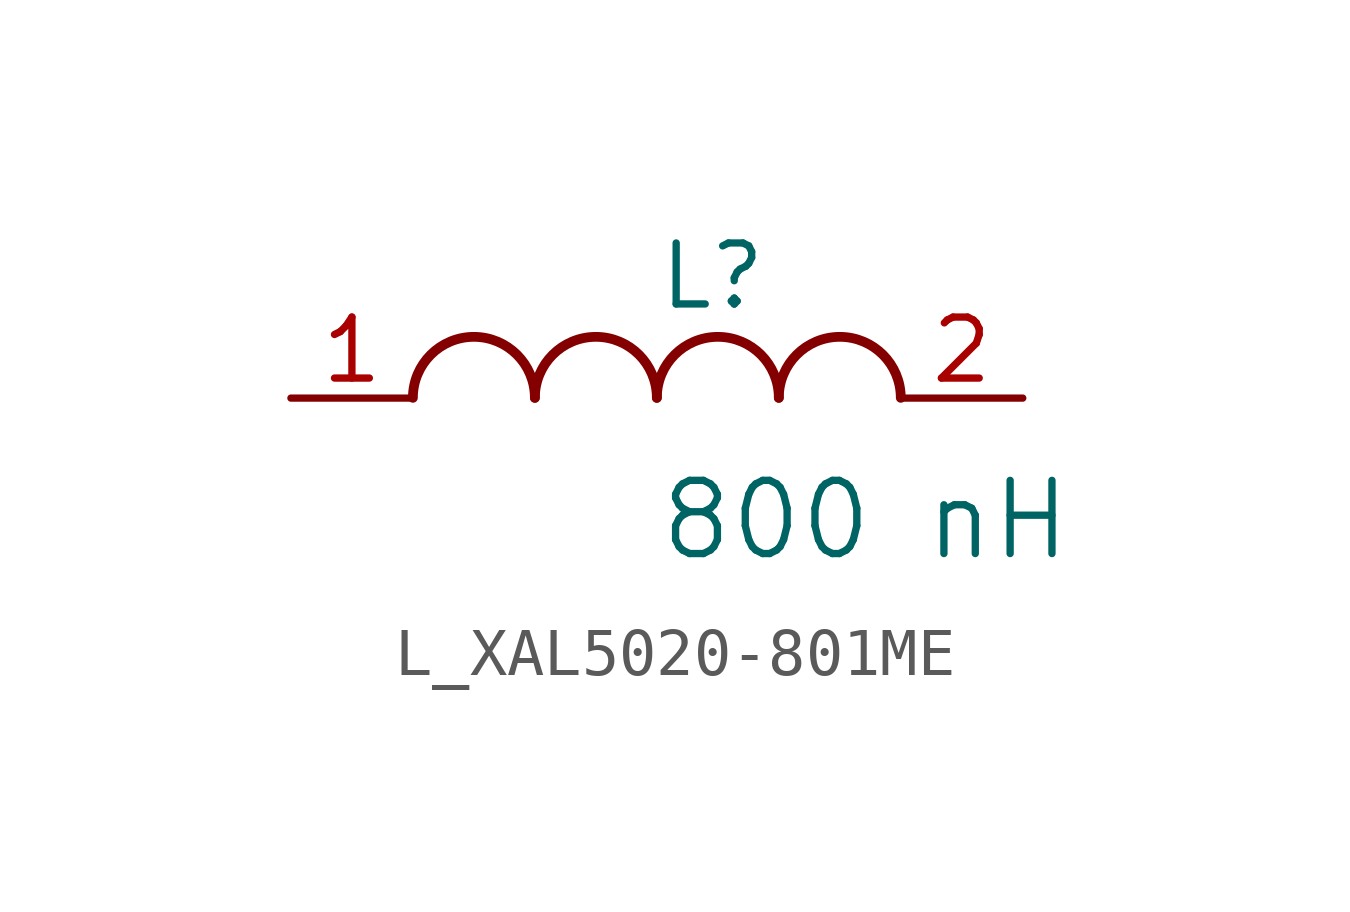
<source format=kicad_sym>
(kicad_symbol_lib
  (version 20231120)
  (generator "kicad_symbol_editor")
  (generator_version "8.0")
  (symbol "L_XAL5020-801ME"
    (pin_names
      (offset 0.254))
    (property "Reference" "L"
      (at 0 2.54 0)
      (effects (font (size 1.27 1.27)) (justify left)))
    (property "Value" "800 nH"
      (at 0 -2.54 0)
      (effects (font (size 1.524 1.524)) (justify left)))
    (symbol "L_XAL5020-801ME_1_1"
      (arc (start -2.54 0.0056) (mid -3.81 1.27) (end -5.08 0.0056) (stroke (width 0.2032) (type default)) (fill (type none)))
      (arc (start 0 0.0056) (mid -1.27 1.27) (end -2.54 0.0056) (stroke (width 0.2032) (type default)) (fill (type none)))
      (arc (start 2.54 0.0056) (mid 1.27 1.27) (end 0 0.0056) (stroke (width 0.2032) (type default)) (fill (type none)))
      (arc (start 5.08 0.0056) (mid 3.81 1.27) (end 2.54 0.0056) (stroke (width 0.2032) (type default)) (fill (type none)))
      (pin unspecified line (at -7.62 0 0) (length 2.54) (name "" (effects (font (size 1.27 1.27)))) (number "1" (effects (font (size 1.27 1.27)))))
      (pin unspecified line (at 7.62 0 180) (length 2.54) (name "" (effects (font (size 1.27 1.27)))) (number "2" (effects (font (size 1.27 1.27))))))))
</source>
